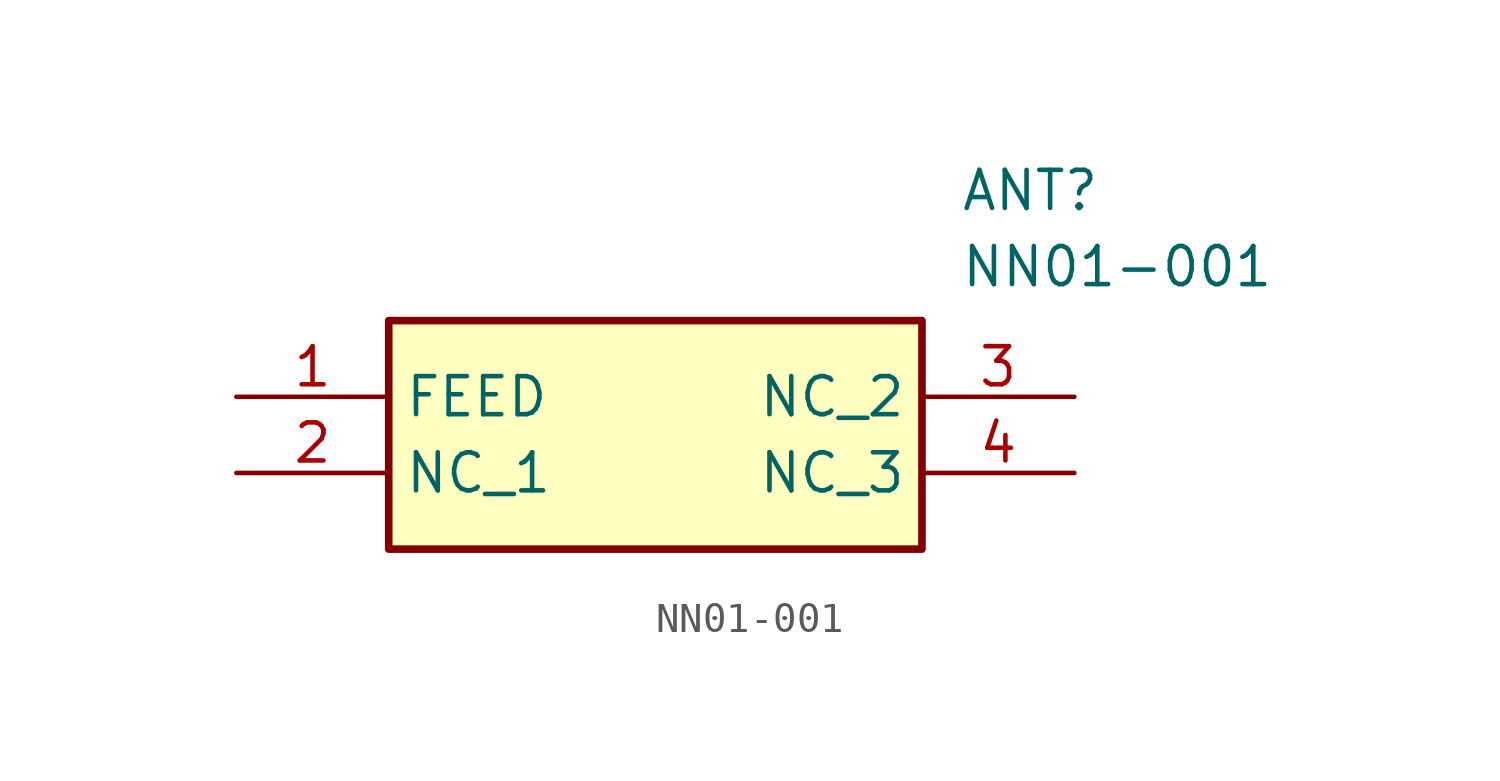
<source format=kicad_sym>
(kicad_symbol_lib
  (version 20211014)
  (generator SamacSys_ECAD_Model)
  (symbol "NN01-001"
    (property "Reference" "ANT"
      (at 24.13 7.62 0)
      (effects (font (size 1.27 1.27)) (justify left top)))
    (property "Value" "NN01-001"
      (at 24.13 5.08 0)
      (effects (font (size 1.27 1.27)) (justify left top)))
    (rectangle
      (start 5.08 2.54)
      (end 22.86 -5.08)
      (stroke (width 0.254) (type default))
      (fill (type background)))
    (pin passive line
      (at 0 0 0)
      (length 5.08)
      (name "FEED" (effects (font (size 1.27 1.27))))
      (number "1" (effects (font (size 1.27 1.27)))))
    (pin passive line
      (at 0 -2.54 0)
      (length 5.08)
      (name "NC_1" (effects (font (size 1.27 1.27))))
      (number "2" (effects (font (size 1.27 1.27)))))
    (pin passive line
      (at 27.94 0 180)
      (length 5.08)
      (name "NC_2" (effects (font (size 1.27 1.27))))
      (number "3" (effects (font (size 1.27 1.27)))))
    (pin passive line
      (at 27.94 -2.54 180)
      (length 5.08)
      (name "NC_3" (effects (font (size 1.27 1.27))))
      (number "4" (effects (font (size 1.27 1.27)))))))
</source>
